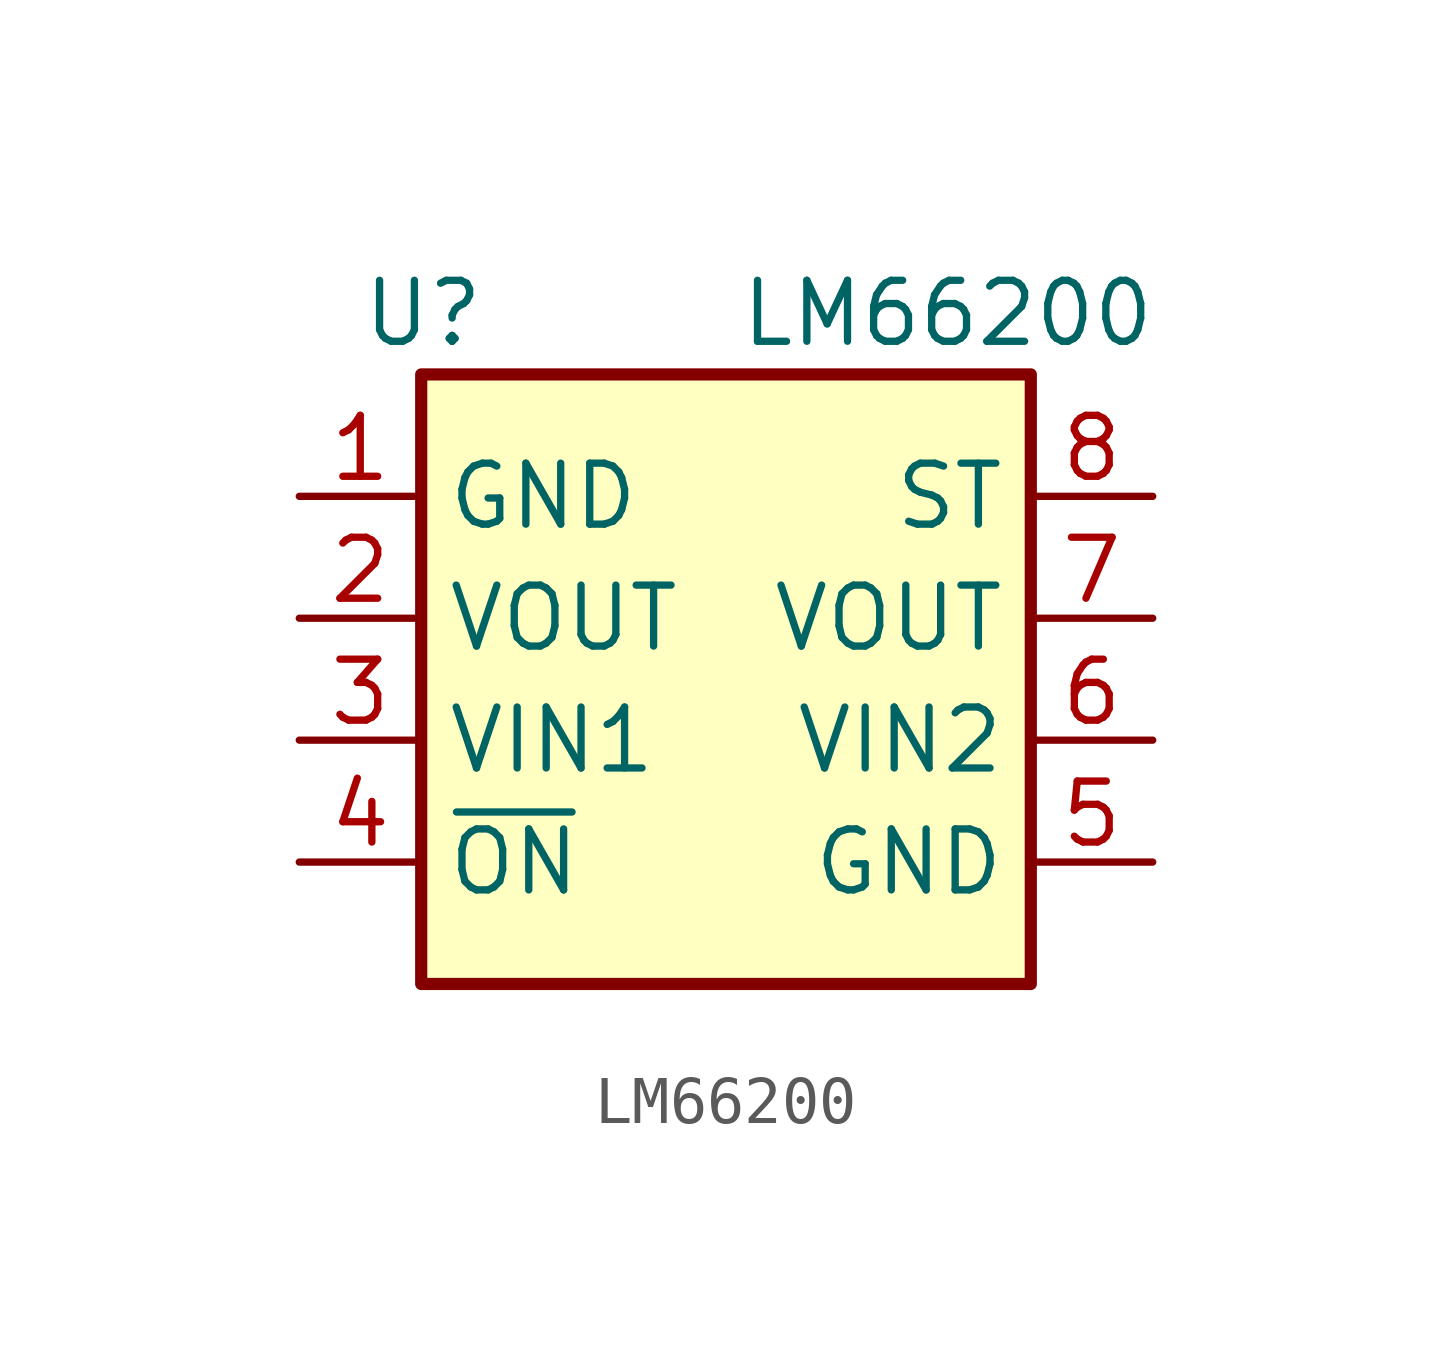
<source format=kicad_sym>
(kicad_symbol_lib
  (version 20231120)
  (generator "kicad_symbol_editor")
  (generator_version "8.0")
  (symbol "LM66200"
    (property "Reference" "U"
      (at -7.62 7.62 0)
      (effects (font (size 1.27 1.27)) (justify left)))
    (property "Value" "LM66200"
      (at 0.254 7.62 0)
      (effects (font (size 1.27 1.27)) (justify left)))
    (symbol "LM66200_0_1"
      (rectangle (start -6.35 6.35) (end 6.35 -6.35) (stroke (width 0.254) (type default)) (fill (type background))))
    (symbol "LM66200_1_1"
      (pin power_in line (at -8.89 3.81 0) (length 2.54) (name "GND" (effects (font (size 1.27 1.27)))) (number "1" (effects (font (size 1.27 1.27)))))
      (pin power_out line (at -8.89 1.27 0) (length 2.54) (name "VOUT" (effects (font (size 1.27 1.27)))) (number "2" (effects (font (size 1.27 1.27)))))
      (pin power_in line (at -8.89 -1.27 0) (length 2.54) (name "VIN1" (effects (font (size 1.27 1.27)))) (number "3" (effects (font (size 1.27 1.27)))))
      (pin input line (at -8.89 -3.81 0) (length 2.54) (name "~{ON}" (effects (font (size 1.27 1.27)))) (number "4" (effects (font (size 1.27 1.27)))))
      (pin power_in line (at 8.89 -3.81 180) (length 2.54) (name "GND" (effects (font (size 1.27 1.27)))) (number "5" (effects (font (size 1.27 1.27)))))
      (pin power_in line (at 8.89 -1.27 180) (length 2.54) (name "VIN2" (effects (font (size 1.27 1.27)))) (number "6" (effects (font (size 1.27 1.27)))))
      (pin power_out line (at 8.89 1.27 180) (length 2.54) (name "VOUT" (effects (font (size 1.27 1.27)))) (number "7" (effects (font (size 1.27 1.27)))))
      (pin open_collector line (at 8.89 3.81 180) (length 2.54) (name "ST" (effects (font (size 1.27 1.27)))) (number "8" (effects (font (size 1.27 1.27))))))))
</source>
